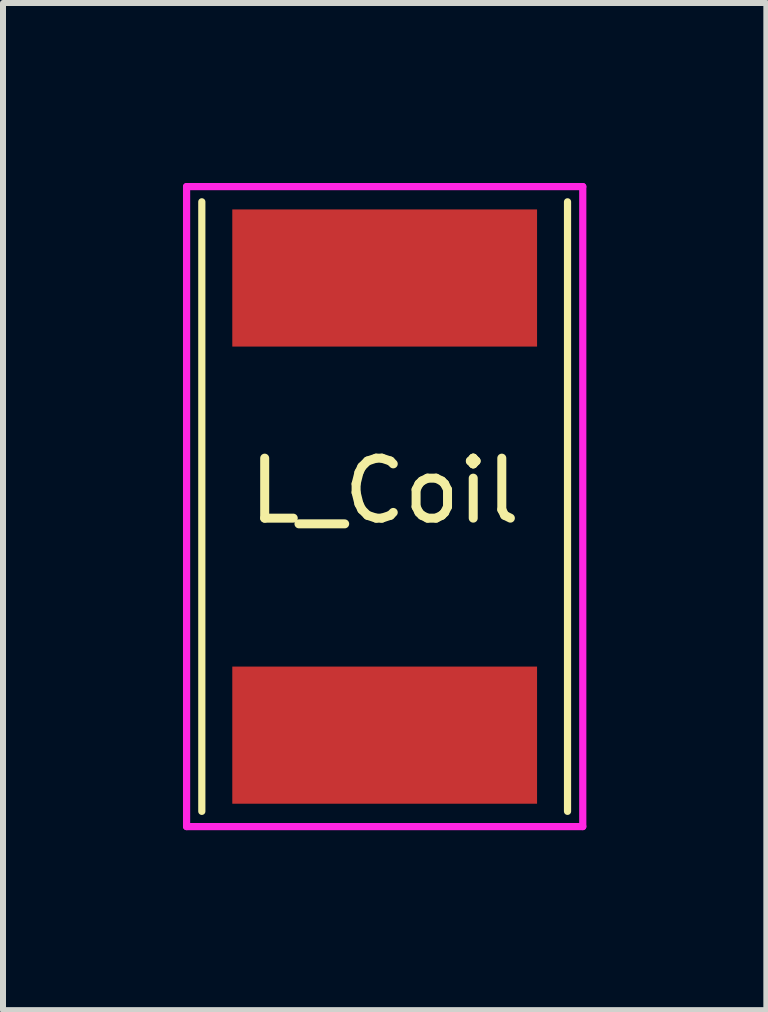
<source format=kicad_pcb>
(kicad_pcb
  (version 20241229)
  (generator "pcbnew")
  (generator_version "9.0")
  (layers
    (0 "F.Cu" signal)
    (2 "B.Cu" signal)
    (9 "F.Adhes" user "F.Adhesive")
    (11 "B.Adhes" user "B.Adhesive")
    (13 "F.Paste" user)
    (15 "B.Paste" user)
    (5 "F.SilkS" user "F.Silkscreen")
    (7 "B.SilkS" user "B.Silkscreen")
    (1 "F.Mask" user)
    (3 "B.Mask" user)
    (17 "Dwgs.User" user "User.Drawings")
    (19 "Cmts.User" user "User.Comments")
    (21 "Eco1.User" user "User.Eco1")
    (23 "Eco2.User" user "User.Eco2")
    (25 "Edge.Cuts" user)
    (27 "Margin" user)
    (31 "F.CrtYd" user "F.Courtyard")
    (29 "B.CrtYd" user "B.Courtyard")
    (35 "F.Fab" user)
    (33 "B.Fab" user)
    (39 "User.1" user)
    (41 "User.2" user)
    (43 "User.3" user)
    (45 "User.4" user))
  (footprint "L_Coil"
    (layer "F.Cu")
    (at 3.362 8.188)
    (property "Reference" "L_Coil" (at 0 -3.056 180) (layer "F.SilkS") (effects (font (size 1 1) (thickness 0.15))))
    (attr through_hole)
    (fp_line (start -3.048 -7.874) (end -3.048 2.286) (stroke (width 0.12) (type solid)) (layer "F.SilkS"))
    (fp_line (start 3.048 -7.874) (end 3.048 2.286) (stroke (width 0.12) (type solid)) (layer "F.SilkS"))
    (fp_line (start -3.302 -8.128) (end 3.302 -8.128) (stroke (width 0.12) (type solid)) (layer "F.CrtYd"))
    (fp_line (start -3.302 2.54) (end -3.302 -8.128) (stroke (width 0.12) (type solid)) (layer "F.CrtYd"))
    (fp_line (start 3.302 -8.128) (end 3.302 2.54) (stroke (width 0.12) (type solid)) (layer "F.CrtYd"))
    (fp_line (start 3.302 2.54) (end -3.302 2.54) (stroke (width 0.12) (type solid)) (layer "F.CrtYd"))
    (pad "1" smd rect (at 0 1.016) (size 5.08 2.286) (layers "F.Cu" "F.Mask" "F.Paste"))
    (pad "2" smd rect (at 0 -6.604) (size 5.08 2.286) (layers "F.Cu" "F.Mask" "F.Paste")))
  (gr_rect
    (start -3 -3)
    (end 9.724 13.788)
    (stroke (width 0.1) (type default))
    (fill no)
    (layer "Edge.Cuts")))
</source>
